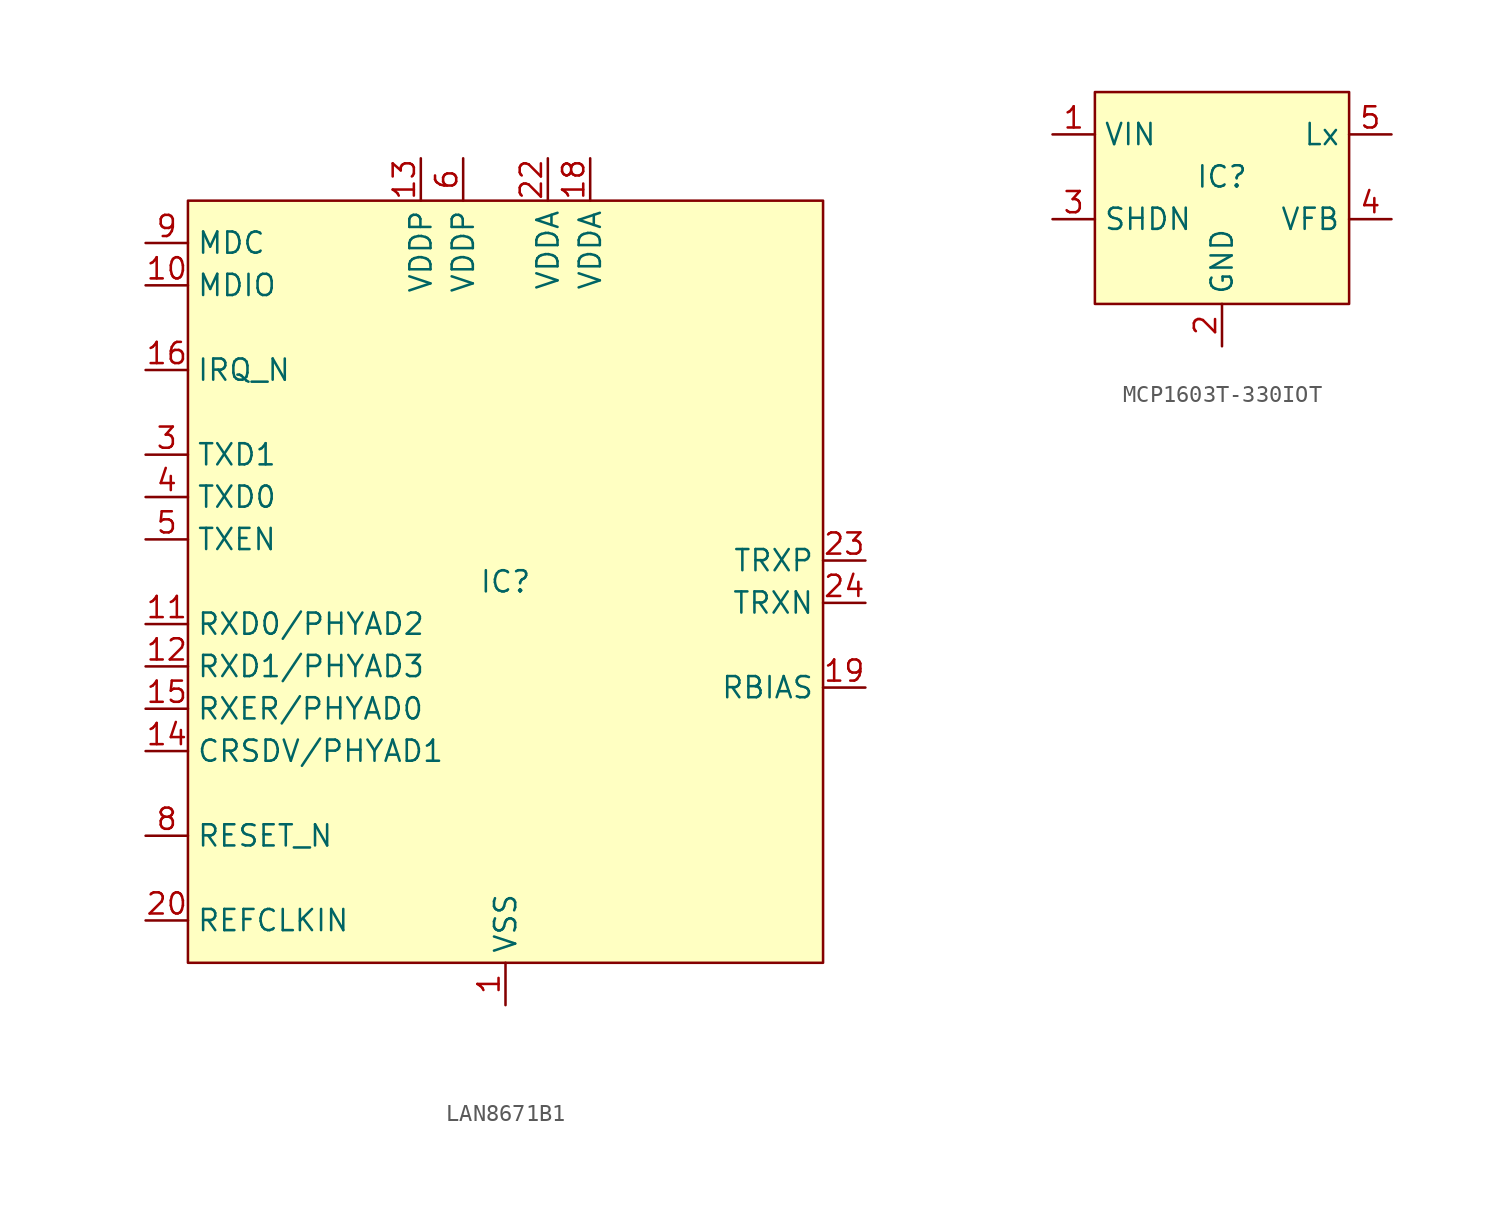
<source format=kicad_sym>
(kicad_symbol_lib
  (version 20220914)
  (generator kicad_symbol_editor)
  (symbol "LAN8671B1"
    (property "Reference" "IC"
      (at 0 0 0)
      (effects (font (size 1.27 1.27))))
    (property "Value" ""
      (at 0 0 0)
      (effects (font (size 1.27 1.27))))
    (symbol "LAN8671B1_1_1"
      (rectangle (start -19.05 22.86) (end 19.05 -22.86) (stroke (width 0) (type default)) (fill (type background)))
      (pin power_in line (at 0 -25.4 90) (length 2.54) (name "VSS" (effects (font (size 1.27 1.27)))) (number "1" (effects (font (size 1.27 1.27)))))
      (pin bidirectional line (at -21.59 17.78 0) (length 2.54) (name "MDIO" (effects (font (size 1.27 1.27)))) (number "10" (effects (font (size 1.27 1.27)))))
      (pin output line (at -21.59 -2.54 0) (length 2.54) (name "RXD0/PHYAD2" (effects (font (size 1.27 1.27)))) (number "11" (effects (font (size 1.27 1.27)))))
      (pin output line (at -21.59 -5.08 0) (length 2.54) (name "RXD1/PHYAD3" (effects (font (size 1.27 1.27)))) (number "12" (effects (font (size 1.27 1.27)))))
      (pin power_in line (at -5.08 25.4 270) (length 2.54) (name "VDDP" (effects (font (size 1.27 1.27)))) (number "13" (effects (font (size 1.27 1.27)))))
      (pin output line (at -21.59 -10.16 0) (length 2.54) (name "CRSDV/PHYAD1" (effects (font (size 1.27 1.27)))) (number "14" (effects (font (size 1.27 1.27)))))
      (pin output line (at -21.59 -7.62 0) (length 2.54) (name "RXER/PHYAD0" (effects (font (size 1.27 1.27)))) (number "15" (effects (font (size 1.27 1.27)))))
      (pin output line (at -21.59 12.7 0) (length 2.54) (name "IRQ_N" (effects (font (size 1.27 1.27)))) (number "16" (effects (font (size 1.27 1.27)))))
      (pin no_connect line (at 21.59 6.35 180) (length 2.54) hide (name "DNC" (effects (font (size 1.27 1.27)))) (number "17" (effects (font (size 1.27 1.27)))))
      (pin power_in line (at 5.08 25.4 270) (length 2.54) (name "VDDA" (effects (font (size 1.27 1.27)))) (number "18" (effects (font (size 1.27 1.27)))))
      (pin passive line (at 21.59 -6.35 180) (length 2.54) (name "RBIAS" (effects (font (size 1.27 1.27)))) (number "19" (effects (font (size 1.27 1.27)))))
      (pin no_connect line (at 21.59 11.43 180) (length 2.54) hide (name "DNC" (effects (font (size 1.27 1.27)))) (number "2" (effects (font (size 1.27 1.27)))))
      (pin passive line (at -21.59 -20.32 0) (length 2.54) (name "REFCLKIN" (effects (font (size 1.27 1.27)))) (number "20" (effects (font (size 1.27 1.27)))))
      (pin no_connect line (at 21.59 3.81 180) (length 2.54) hide (name "DNC" (effects (font (size 1.27 1.27)))) (number "21" (effects (font (size 1.27 1.27)))))
      (pin power_in line (at 2.54 25.4 270) (length 2.54) (name "VDDA" (effects (font (size 1.27 1.27)))) (number "22" (effects (font (size 1.27 1.27)))))
      (pin bidirectional line (at 21.59 1.27 180) (length 2.54) (name "TRXP" (effects (font (size 1.27 1.27)))) (number "23" (effects (font (size 1.27 1.27)))))
      (pin bidirectional line (at 21.59 -1.27 180) (length 2.54) (name "TRXN" (effects (font (size 1.27 1.27)))) (number "24" (effects (font (size 1.27 1.27)))))
      (pin power_in line (at 0 -25.4 90) (length 2.54) hide (name "VSS" (effects (font (size 1.27 1.27)))) (number "25" (effects (font (size 1.27 1.27)))))
      (pin input line (at -21.59 7.62 0) (length 2.54) (name "TXD1" (effects (font (size 1.27 1.27)))) (number "3" (effects (font (size 1.27 1.27)))))
      (pin input line (at -21.59 5.08 0) (length 2.54) (name "TXD0" (effects (font (size 1.27 1.27)))) (number "4" (effects (font (size 1.27 1.27)))))
      (pin input line (at -21.59 2.54 0) (length 2.54) (name "TXEN" (effects (font (size 1.27 1.27)))) (number "5" (effects (font (size 1.27 1.27)))))
      (pin power_in line (at -2.54 25.4 270) (length 2.54) (name "VDDP" (effects (font (size 1.27 1.27)))) (number "6" (effects (font (size 1.27 1.27)))))
      (pin no_connect line (at 21.59 8.89 180) (length 2.54) hide (name "DNC" (effects (font (size 1.27 1.27)))) (number "7" (effects (font (size 1.27 1.27)))))
      (pin input line (at -21.59 -15.24 0) (length 2.54) (name "RESET_N" (effects (font (size 1.27 1.27)))) (number "8" (effects (font (size 1.27 1.27)))))
      (pin input line (at -21.59 20.32 0) (length 2.54) (name "MDC" (effects (font (size 1.27 1.27)))) (number "9" (effects (font (size 1.27 1.27)))))))
  (symbol "MCP1603T-330IOT"
    (property "Reference" "IC"
      (at 0 0 0)
      (effects (font (size 1.27 1.27))))
    (property "Value" ""
      (at 0 0 0)
      (effects (font (size 1.27 1.27))))
    (symbol "MCP1603T-330IOT_1_1"
      (rectangle (start -7.62 5.08) (end 7.62 -7.62) (stroke (width 0) (type default)) (fill (type background)))
      (pin power_in line (at -10.16 2.54 0) (length 2.54) (name "VIN" (effects (font (size 1.27 1.27)))) (number "1" (effects (font (size 1.27 1.27)))))
      (pin power_in line (at 0 -10.16 90) (length 2.54) (name "GND" (effects (font (size 1.27 1.27)))) (number "2" (effects (font (size 1.27 1.27)))))
      (pin input line (at -10.16 -2.54 0) (length 2.54) (name "SHDN" (effects (font (size 1.27 1.27)))) (number "3" (effects (font (size 1.27 1.27)))))
      (pin input line (at 10.16 -2.54 180) (length 2.54) (name "VFB" (effects (font (size 1.27 1.27)))) (number "4" (effects (font (size 1.27 1.27)))))
      (pin power_out line (at 10.16 2.54 180) (length 2.54) (name "Lx" (effects (font (size 1.27 1.27)))) (number "5" (effects (font (size 1.27 1.27))))))))
</source>
